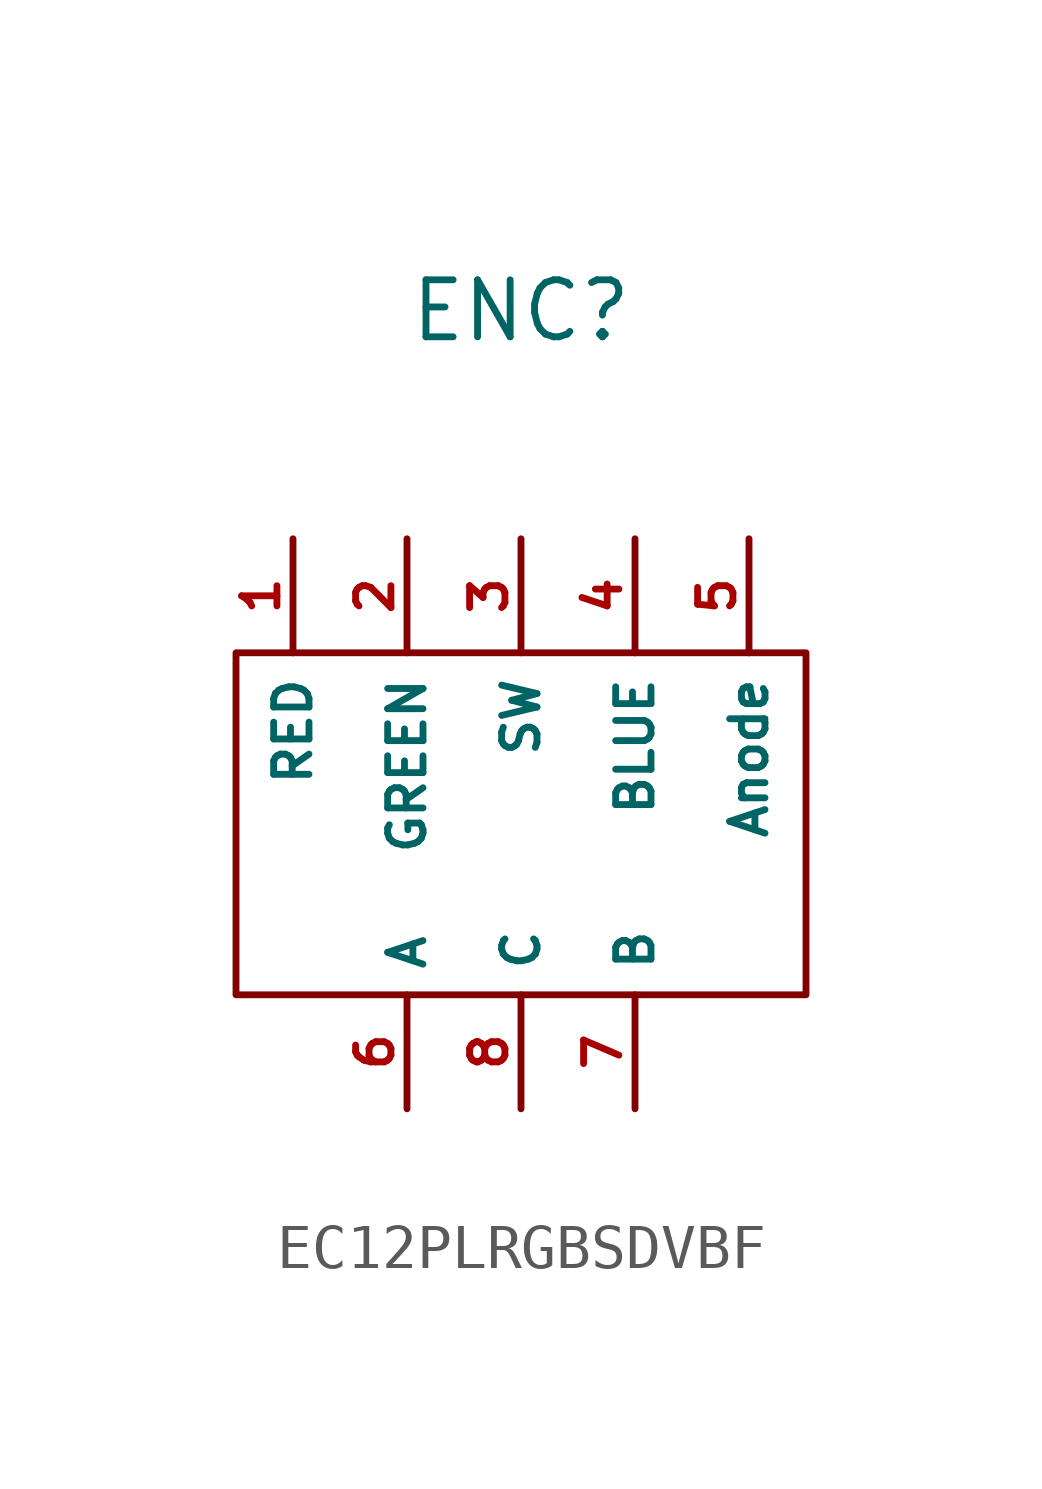
<source format=kicad_sym>
(kicad_symbol_lib
  (version 20220914)
  (generator kicad_symbol_editor)
  (symbol "EC12PLRGBSDVBF"
    (property "Reference" "ENC"
      (at 0 11.43 0)
      (effects (font (size 1.27 1.27))))
    (property "Value" ""
      (at -1.27 5.08 0)
      (effects (font (size 1.27 1.27))))
    (symbol "EC12PLRGBSDVBF_0_1"
      (rectangle (start -6.35 3.81) (end 6.35 -3.81) (stroke (width 0) (type default)) (fill (type none))))
    (symbol "EC12PLRGBSDVBF_1_1"
      (pin passive line (at -5.08 6.35 270) (length 2.54) (name "RED" (effects (font (size 0.787 0.787)))) (number "1" (effects (font (size 0.787 0.787)))))
      (pin passive line (at -2.54 6.35 270) (length 2.54) (name "GREEN" (effects (font (size 0.787 0.787)))) (number "2" (effects (font (size 0.787 0.787)))))
      (pin passive line (at 0 6.35 270) (length 2.54) (name "SW" (effects (font (size 0.787 0.787)))) (number "3" (effects (font (size 0.787 0.787)))))
      (pin passive line (at 2.54 6.35 270) (length 2.54) (name "BLUE" (effects (font (size 0.787 0.787)))) (number "4" (effects (font (size 0.787 0.787)))))
      (pin power_in line (at 5.08 6.35 270) (length 2.54) (name "Anode" (effects (font (size 0.787 0.787)))) (number "5" (effects (font (size 0.787 0.787)))))
      (pin passive line (at -2.54 -6.35 90) (length 2.54) (name "A" (effects (font (size 0.787 0.787)))) (number "6" (effects (font (size 0.787 0.787)))))
      (pin passive line (at 2.54 -6.35 90) (length 2.54) (name "B" (effects (font (size 0.787 0.787)))) (number "7" (effects (font (size 0.787 0.787)))))
      (pin passive line (at 0 -6.35 90) (length 2.54) (name "C" (effects (font (size 0.787 0.787)))) (number "8" (effects (font (size 0.787 0.787))))))))
</source>
